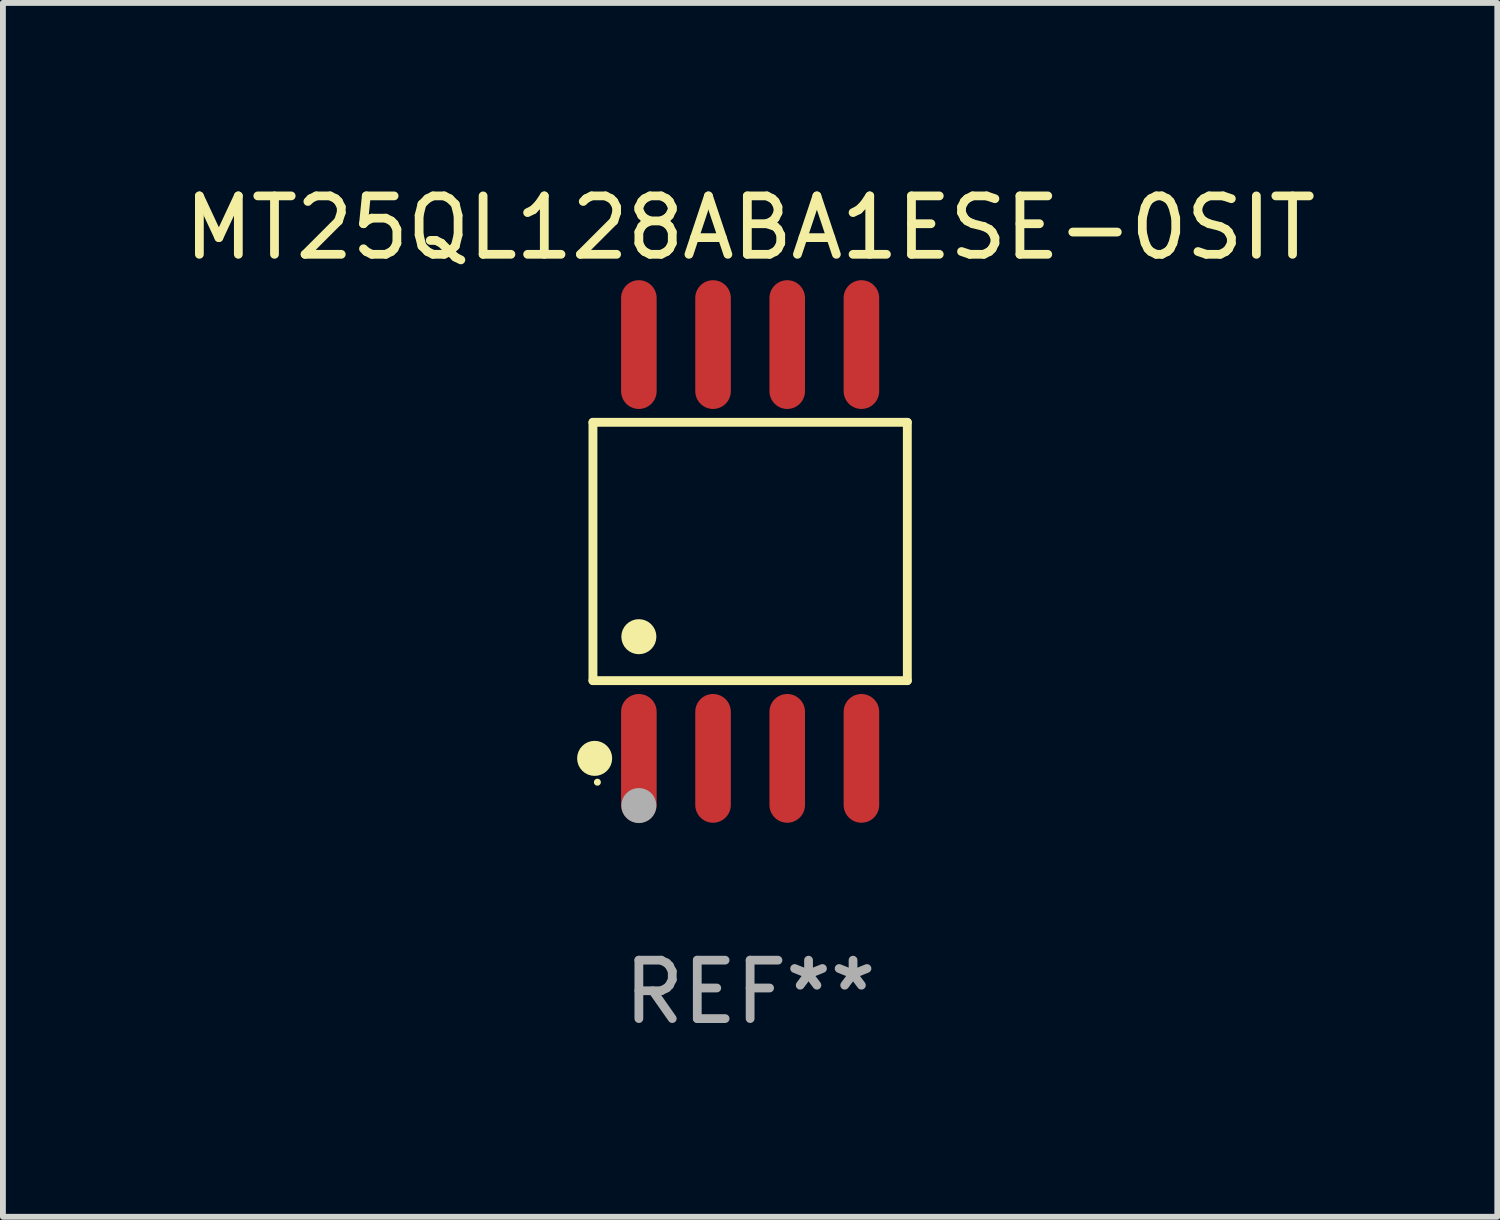
<source format=kicad_pcb>
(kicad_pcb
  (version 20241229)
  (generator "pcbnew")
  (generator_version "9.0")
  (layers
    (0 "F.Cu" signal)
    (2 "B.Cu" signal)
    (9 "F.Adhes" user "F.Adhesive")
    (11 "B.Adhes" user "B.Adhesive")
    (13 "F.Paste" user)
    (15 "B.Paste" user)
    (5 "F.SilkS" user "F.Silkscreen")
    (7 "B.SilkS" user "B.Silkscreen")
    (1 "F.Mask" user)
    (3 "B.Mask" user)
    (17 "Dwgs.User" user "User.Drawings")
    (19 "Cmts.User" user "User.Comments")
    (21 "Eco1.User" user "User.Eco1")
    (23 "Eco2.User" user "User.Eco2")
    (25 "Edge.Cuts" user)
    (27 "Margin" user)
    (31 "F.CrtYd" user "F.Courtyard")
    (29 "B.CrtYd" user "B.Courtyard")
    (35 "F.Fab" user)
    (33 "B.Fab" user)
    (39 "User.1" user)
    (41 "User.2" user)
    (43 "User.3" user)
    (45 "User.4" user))
  (footprint "MT25QL128ABA1ESE-0SIT"
    (layer "F.Cu")
    (at 9.792 6.391)
    (property "Reference" "MT25QL128ABA1ESE-0SIT" (at 0 -5.542 0) (layer "F.SilkS") (effects (font (size 1 1) (thickness 0.15))))
    (attr through_hole)
    (fp_line (start -2.691 -2.211) (end 2.691 -2.211) (stroke (width 0.152) (type solid)) (layer "F.SilkS"))
    (fp_line (start -2.691 2.211) (end -2.691 -2.211) (stroke (width 0.152) (type solid)) (layer "F.SilkS"))
    (fp_line (start 2.691 -2.211) (end 2.691 2.211) (stroke (width 0.152) (type solid)) (layer "F.SilkS"))
    (fp_line (start 2.691 2.211) (end -2.691 2.211) (stroke (width 0.152) (type solid)) (layer "F.SilkS"))
    (fp_circle (center -2.662 3.542) (end -2.512 3.542) (stroke (width 0.3) (type solid)) (fill no) (layer "F.SilkS"))
    (fp_circle (center -2.615 3.95) (end -2.585 3.95) (stroke (width 0.06) (type solid)) (fill no) (layer "F.SilkS"))
    (fp_circle (center -1.905 1.459) (end -1.755 1.459) (stroke (width 0.3) (type solid)) (fill no) (layer "F.SilkS"))
    (fp_circle (center -1.905 4.35) (end -1.755 4.35) (stroke (width 0.3) (type solid)) (fill no) (layer "F.Fab"))
    (fp_text user "REF**" (at 0 7.542 0) (layer "F.Fab") (effects (font (size 1 1) (thickness 0.15))))
    (pad "1" smd oval (at -1.905 3.542) (size 0.609 2.204) (layers "F.Cu" "F.Mask" "F.Paste"))
    (pad "2" smd oval (at -0.635 3.542) (size 0.609 2.204) (layers "F.Cu" "F.Mask" "F.Paste"))
    (pad "3" smd oval (at 0.635 3.542) (size 0.609 2.204) (layers "F.Cu" "F.Mask" "F.Paste"))
    (pad "4" smd oval (at 1.905 3.542) (size 0.609 2.204) (layers "F.Cu" "F.Mask" "F.Paste"))
    (pad "5" smd oval (at 1.905 -3.542) (size 0.609 2.204) (layers "F.Cu" "F.Mask" "F.Paste"))
    (pad "6" smd oval (at 0.635 -3.542) (size 0.609 2.204) (layers "F.Cu" "F.Mask" "F.Paste"))
    (pad "7" smd oval (at -0.635 -3.542) (size 0.609 2.204) (layers "F.Cu" "F.Mask" "F.Paste"))
    (pad "8" smd oval (at -1.905 -3.542) (size 0.609 2.204) (layers "F.Cu" "F.Mask" "F.Paste")))
  (gr_rect
    (start -3 -3)
    (end 22.583 17.781)
    (stroke (width 0.1) (type default))
    (fill no)
    (layer "Edge.Cuts")))
</source>
